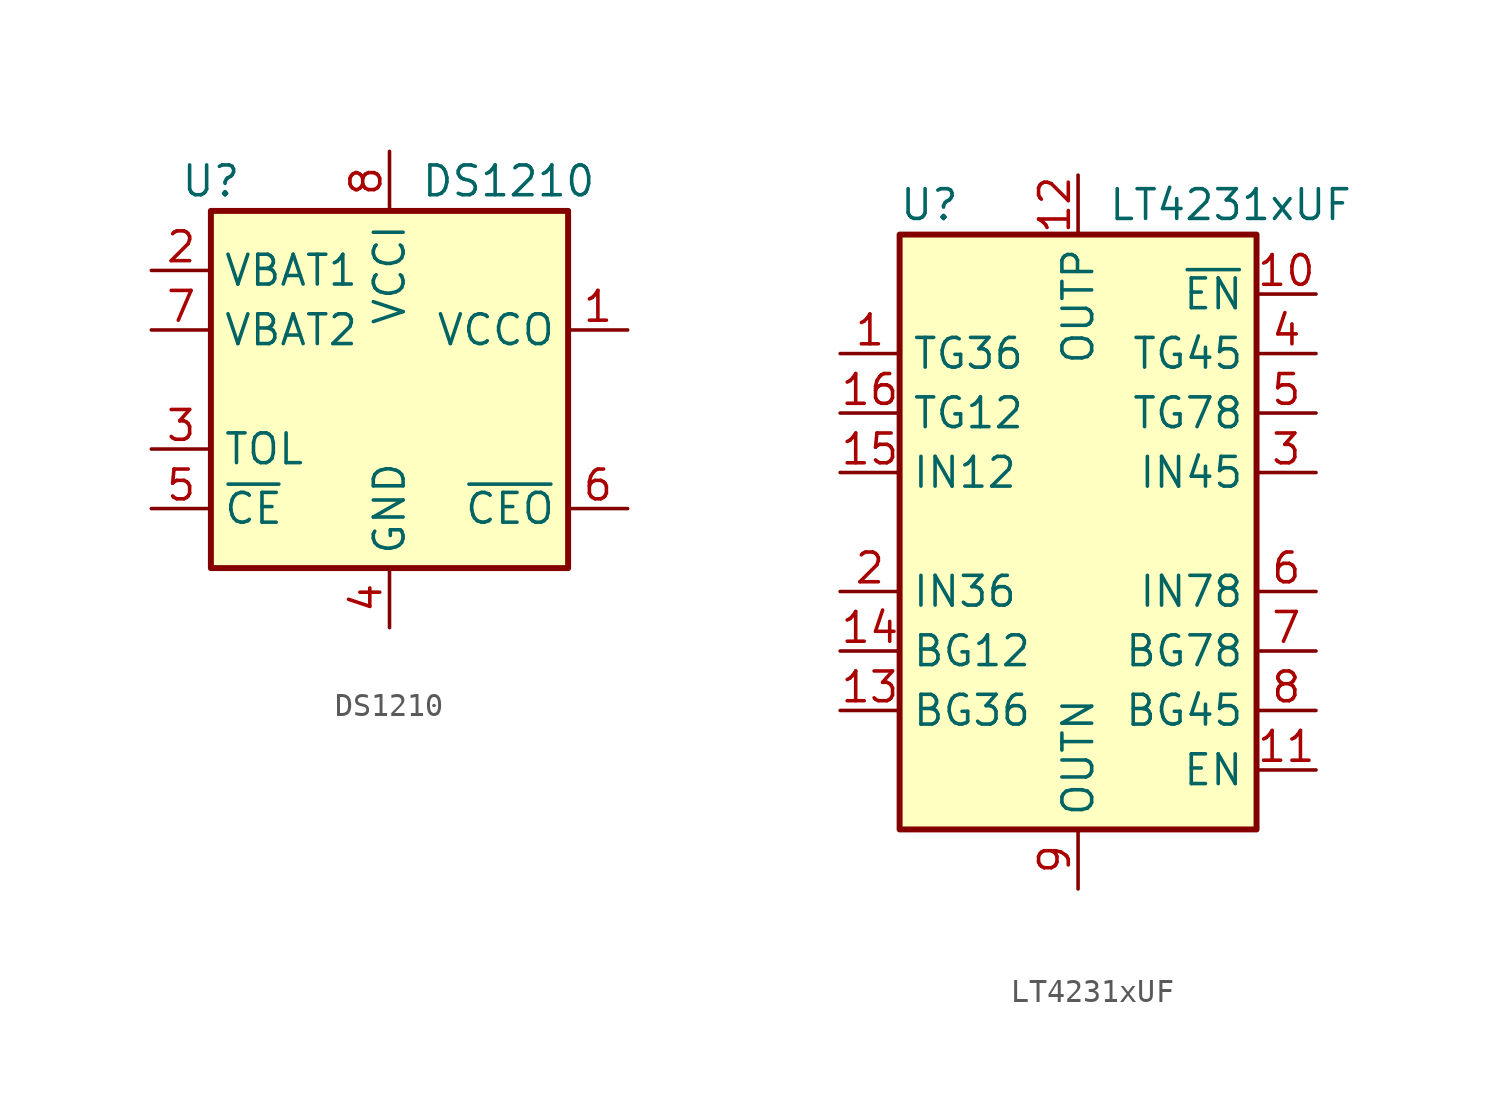
<source format=kicad_sym>
(kicad_symbol_lib
  (version 20241209)
  (generator "kicad_symbol_editor")
  (generator_version "9.0")
  (symbol "DS1210"
    (property "Reference" "U"
      (at -7.62 8.89 0)
      (effects (font (size 1.27 1.27))))
    (property "Value" "DS1210"
      (at 5.08 8.89 0)
      (effects (font (size 1.27 1.27))))
    (symbol "DS1210_0_1"
      (rectangle (start -7.62 7.62) (end 7.62 -7.62) (stroke (width 0.254) (type default)) (fill (type background))))
    (symbol "DS1210_1_1"
      (pin power_in line (at -10.16 5.08 0) (length 2.54) (name "VBAT1" (effects (font (size 1.27 1.27)))) (number "2" (effects (font (size 1.27 1.27)))))
      (pin power_in line (at -10.16 2.54 0) (length 2.54) (name "VBAT2" (effects (font (size 1.27 1.27)))) (number "7" (effects (font (size 1.27 1.27)))))
      (pin input line (at -10.16 -2.54 0) (length 2.54) (name "TOL" (effects (font (size 1.27 1.27)))) (number "3" (effects (font (size 1.27 1.27)))))
      (pin input line (at -10.16 -5.08 0) (length 2.54) (name "~{CE}" (effects (font (size 1.27 1.27)))) (number "5" (effects (font (size 1.27 1.27)))))
      (pin power_in line (at 0 10.16 270) (length 2.54) (name "VCCI" (effects (font (size 1.27 1.27)))) (number "8" (effects (font (size 1.27 1.27)))))
      (pin power_in line (at 0 -10.16 90) (length 2.54) (name "GND" (effects (font (size 1.27 1.27)))) (number "4" (effects (font (size 1.27 1.27)))))
      (pin power_out line (at 10.16 2.54 180) (length 2.54) (name "VCCO" (effects (font (size 1.27 1.27)))) (number "1" (effects (font (size 1.27 1.27)))))
      (pin output line (at 10.16 -5.08 180) (length 2.54) (name "~{CEO}" (effects (font (size 1.27 1.27)))) (number "6" (effects (font (size 1.27 1.27)))))))
  (symbol "LT4231xUF"
    (property "Reference" "U"
      (at -6.35 13.97 0)
      (effects (font (size 1.27 1.27))))
    (property "Value" "LT4231xUF"
      (at 1.27 13.97 0)
      (effects (font (size 1.27 1.27)) (justify left)))
    (symbol "LT4231xUF_0_1"
      (rectangle (start -7.62 12.7) (end 7.62 -12.7) (stroke (width 0.254) (type default)) (fill (type background))))
    (symbol "LT4231xUF_1_1"
      (pin output line (at -10.16 7.62 0) (length 2.54) (name "TG36" (effects (font (size 1.27 1.27)))) (number "1" (effects (font (size 1.27 1.27)))))
      (pin output line (at -10.16 5.08 0) (length 2.54) (name "TG12" (effects (font (size 1.27 1.27)))) (number "16" (effects (font (size 1.27 1.27)))))
      (pin power_in line (at -10.16 2.54 0) (length 2.54) (name "IN12" (effects (font (size 1.27 1.27)))) (number "15" (effects (font (size 1.27 1.27)))))
      (pin power_in line (at -10.16 -2.54 0) (length 2.54) (name "IN36" (effects (font (size 1.27 1.27)))) (number "2" (effects (font (size 1.27 1.27)))))
      (pin output line (at -10.16 -5.08 0) (length 2.54) (name "BG12" (effects (font (size 1.27 1.27)))) (number "14" (effects (font (size 1.27 1.27)))))
      (pin output line (at -10.16 -7.62 0) (length 2.54) (name "BG36" (effects (font (size 1.27 1.27)))) (number "13" (effects (font (size 1.27 1.27)))))
      (pin power_in line (at 0 15.24 270) (length 2.54) (name "OUTP" (effects (font (size 1.27 1.27)))) (number "12" (effects (font (size 1.27 1.27)))))
      (pin passive line (at 0 -15.24 90) (length 2.54) (hide yes) (name "OUTN" (effects (font (size 1.27 1.27)))) (number "17" (effects (font (size 1.27 1.27)))))
      (pin power_in line (at 0 -15.24 90) (length 2.54) (name "OUTN" (effects (font (size 1.27 1.27)))) (number "9" (effects (font (size 1.27 1.27)))))
      (pin output line (at 10.16 10.16 180) (length 2.54) (name "~{EN}" (effects (font (size 1.27 1.27)))) (number "10" (effects (font (size 1.27 1.27)))))
      (pin output line (at 10.16 7.62 180) (length 2.54) (name "TG45" (effects (font (size 1.27 1.27)))) (number "4" (effects (font (size 1.27 1.27)))))
      (pin output line (at 10.16 5.08 180) (length 2.54) (name "TG78" (effects (font (size 1.27 1.27)))) (number "5" (effects (font (size 1.27 1.27)))))
      (pin power_in line (at 10.16 2.54 180) (length 2.54) (name "IN45" (effects (font (size 1.27 1.27)))) (number "3" (effects (font (size 1.27 1.27)))))
      (pin power_in line (at 10.16 -2.54 180) (length 2.54) (name "IN78" (effects (font (size 1.27 1.27)))) (number "6" (effects (font (size 1.27 1.27)))))
      (pin output line (at 10.16 -5.08 180) (length 2.54) (name "BG78" (effects (font (size 1.27 1.27)))) (number "7" (effects (font (size 1.27 1.27)))))
      (pin output line (at 10.16 -7.62 180) (length 2.54) (name "BG45" (effects (font (size 1.27 1.27)))) (number "8" (effects (font (size 1.27 1.27)))))
      (pin output line (at 10.16 -10.16 180) (length 2.54) (name "EN" (effects (font (size 1.27 1.27)))) (number "11" (effects (font (size 1.27 1.27))))))))
</source>
